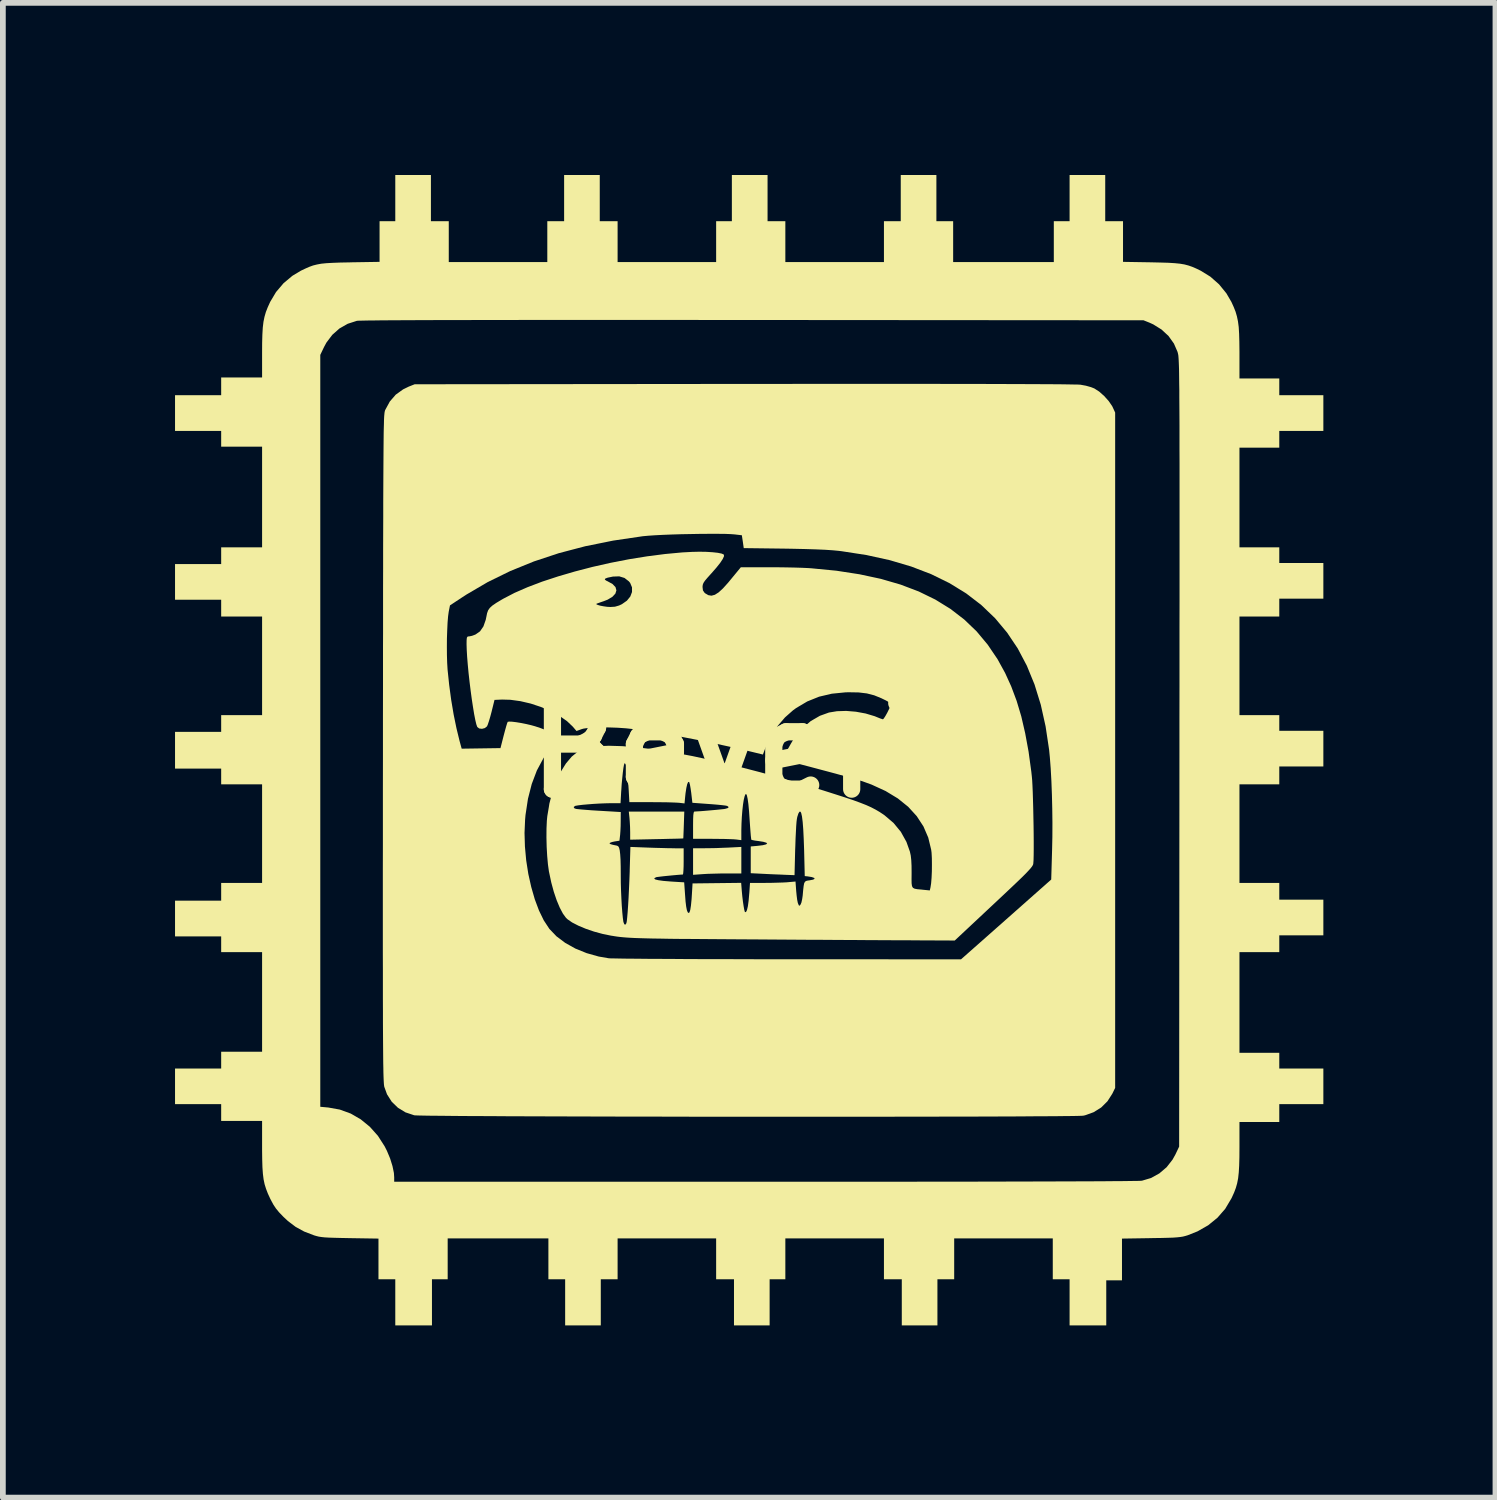
<source format=kicad_pcb>
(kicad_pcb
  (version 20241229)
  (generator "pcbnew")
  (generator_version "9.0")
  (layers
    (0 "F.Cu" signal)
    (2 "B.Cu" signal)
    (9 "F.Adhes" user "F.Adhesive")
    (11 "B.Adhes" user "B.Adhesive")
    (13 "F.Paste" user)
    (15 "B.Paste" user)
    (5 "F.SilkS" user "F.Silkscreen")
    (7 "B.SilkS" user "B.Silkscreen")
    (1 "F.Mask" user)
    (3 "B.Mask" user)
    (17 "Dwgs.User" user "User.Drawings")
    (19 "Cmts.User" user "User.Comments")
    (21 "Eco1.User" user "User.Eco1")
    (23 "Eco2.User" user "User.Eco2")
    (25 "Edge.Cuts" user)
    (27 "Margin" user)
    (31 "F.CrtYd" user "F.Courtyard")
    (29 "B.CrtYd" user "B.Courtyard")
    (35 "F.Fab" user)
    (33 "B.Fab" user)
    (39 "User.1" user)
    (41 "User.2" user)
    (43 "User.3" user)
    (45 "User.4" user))
  (footprint "Bever3"
    (layer "F.Cu")
    (at 10.005 10.023)
    (property "Reference" "Bever3" (at 0 0 0) (layer "F.SilkS") (effects (font (size 1.5 1.5) (thickness 0.3))))
    (attr board_only exclude_from_pos_files exclude_from_bom)
    (fp_poly (pts (xy -0.137 1.916) (xy -0.137 2.147) (xy -0.39 2.147) (xy -0.502 2.148) (xy -0.618 2.151) (xy -0.726 2.154) (xy -0.81 2.159) (xy -0.978 2.171) (xy -0.978 1.94) (xy -0.978 1.709) (xy -0.79 1.708) (xy -0.693 1.707) (xy -0.575 1.705) (xy -0.454 1.7) (xy -0.37 1.697) (xy -0.137 1.685)) (stroke (width 0) (type solid)) (fill yes) (layer "F.SilkS"))
    (fp_poly (pts (xy -1.139 1.302) (xy -1.142 1.39) (xy -1.145 1.463) (xy -1.147 1.514) (xy -1.149 1.537) (xy -1.149 1.537) (xy -1.167 1.538) (xy -1.217 1.54) (xy -1.293 1.542) (xy -1.392 1.544) (xy -1.507 1.547) (xy -1.613 1.549) (xy -2.074 1.559) (xy -2.074 1.426) (xy -2.076 1.338) (xy -2.081 1.245) (xy -2.086 1.181) (xy -2.098 1.069) (xy -1.614 1.069) (xy -1.131 1.069)) (stroke (width 0) (type solid)) (fill yes) (layer "F.SilkS"))
    (fp_poly (pts (xy 2.644 -6.384) (xy 3.086 -6.384) (xy 3.494 -6.383) (xy 3.867 -6.383) (xy 4.206 -6.382) (xy 4.511 -6.381) (xy 4.782 -6.38) (xy 5.02 -6.379) (xy 5.225 -6.378) (xy 5.398 -6.377) (xy 5.538 -6.375) (xy 5.645 -6.373) (xy 5.721 -6.372) (xy 5.765 -6.37) (xy 5.774 -6.369) (xy 5.867 -6.352) (xy 5.956 -6.327) (xy 6.014 -6.304) (xy 6.098 -6.25) (xy 6.185 -6.173) (xy 6.264 -6.085) (xy 6.325 -5.996) (xy 6.337 -5.971) (xy 6.377 -5.884) (xy 6.377 -0.000001) (xy 6.377 5.884) (xy 6.327 5.986) (xy 6.243 6.117) (xy 6.133 6.226) (xy 6.001 6.308) (xy 5.854 6.361) (xy 5.822 6.368) (xy 5.793 6.37) (xy 5.73 6.372) (xy 5.633 6.374) (xy 5.505 6.375) (xy 5.348 6.377) (xy 5.162 6.378) (xy 4.95 6.379) (xy 4.714 6.381) (xy 4.455 6.382) (xy 4.174 6.383) (xy 3.874 6.384) (xy 3.556 6.384) (xy 3.223 6.385) (xy 2.874 6.385) (xy 2.514 6.386) (xy 2.142 6.386) (xy 1.761 6.387) (xy 1.372 6.387) (xy 0.977 6.387) (xy 0.578 6.387) (xy 0.177 6.387) (xy -0.225 6.386) (xy -0.626 6.386) (xy -1.025 6.386) (xy -1.419 6.385) (xy -1.807 6.384) (xy -2.187 6.384) (xy -2.558 6.383) (xy -2.918 6.382) (xy -3.265 6.381) (xy -3.598 6.38) (xy -3.914 6.379) (xy -4.213 6.378) (xy -4.492 6.376) (xy -4.749 6.375) (xy -4.984 6.374) (xy -5.194 6.372) (xy -5.377 6.37) (xy -5.532 6.369) (xy -5.658 6.367) (xy -5.752 6.365) (xy -5.813 6.363) (xy -5.838 6.361) (xy -5.99 6.31) (xy -6.121 6.23) (xy -6.229 6.125) (xy -6.311 5.996) (xy -6.359 5.864) (xy -6.361 5.851) (xy -6.364 5.832) (xy -6.366 5.807) (xy -6.368 5.774) (xy -6.37 5.732) (xy -6.372 5.679) (xy -6.374 5.615) (xy -6.375 5.539) (xy -6.377 5.449) (xy -6.378 5.344) (xy -6.379 5.223) (xy -6.38 5.084) (xy -6.381 4.927) (xy -6.382 4.75) (xy -6.382 4.553) (xy -6.383 4.333) (xy -6.383 4.091) (xy -6.383 3.824) (xy -6.384 3.531) (xy -6.384 3.211) (xy -6.384 2.864) (xy -6.384 2.488) (xy -6.384 2.081) (xy -6.383 1.643) (xy -6.383 1.172) (xy -6.383 0.667) (xy -6.382 0.128) (xy -6.382 -0.047) (xy -6.382 -0.593) (xy -6.381 -1.103) (xy -6.381 -1.58) (xy -6.381 -1.803) (xy -5.268 -1.803) (xy -5.267 -1.657) (xy -5.263 -1.523) (xy -5.256 -1.406) (xy -5.255 -1.397) (xy -5.228 -1.139) (xy -5.193 -0.878) (xy -5.15 -0.622) (xy -5.101 -0.383) (xy -5.049 -0.17) (xy -5.049 -0.169) (xy -5.01 -0.027) (xy -4.672 -0.032) (xy -4.334 -0.037) (xy -4.277 -0.26) (xy -4.254 -0.346) (xy -4.234 -0.418) (xy -4.218 -0.47) (xy -4.208 -0.494) (xy -4.208 -0.495) (xy -4.182 -0.499) (xy -4.13 -0.497) (xy -4.057 -0.488) (xy -3.972 -0.474) (xy -3.883 -0.456) (xy -3.798 -0.436) (xy -3.73 -0.417) (xy -3.631 -0.384) (xy -3.558 -0.356) (xy -3.5 -0.326) (xy -3.45 -0.29) (xy -3.408 -0.253) (xy -3.337 -0.189) (xy -3.444 -0.058) (xy -3.585 0.138) (xy -3.7 0.353) (xy -3.789 0.588) (xy -3.855 0.846) (xy -3.898 1.13) (xy -3.905 1.211) (xy -3.915 1.441) (xy -3.908 1.678) (xy -3.886 1.918) (xy -3.849 2.155) (xy -3.798 2.383) (xy -3.736 2.598) (xy -3.663 2.793) (xy -3.58 2.964) (xy -3.488 3.104) (xy -3.482 3.113) (xy -3.359 3.242) (xy -3.206 3.357) (xy -3.029 3.456) (xy -2.832 3.536) (xy -2.622 3.595) (xy -2.449 3.625) (xy -2.416 3.627) (xy -2.35 3.628) (xy -2.251 3.63) (xy -2.121 3.632) (xy -1.963 3.633) (xy -1.778 3.635) (xy -1.569 3.636) (xy -1.337 3.637) (xy -1.086 3.639) (xy -0.815 3.64) (xy -0.528 3.64) (xy -0.227 3.641) (xy 0.086 3.642) (xy 0.41 3.642) (xy 0.685 3.642) (xy 3.691 3.644) (xy 4.477 2.949) (xy 5.263 2.253) (xy 5.278 1.739) (xy 5.283 1.509) (xy 5.284 1.267) (xy 5.281 1.02) (xy 5.275 0.775) (xy 5.266 0.538) (xy 5.254 0.319) (xy 5.239 0.123) (xy 5.226 -0.009) (xy 5.165 -0.415) (xy 5.081 -0.793) (xy 4.972 -1.146) (xy 4.838 -1.473) (xy 4.679 -1.774) (xy 4.494 -2.05) (xy 4.284 -2.301) (xy 4.046 -2.529) (xy 3.782 -2.732) (xy 3.491 -2.911) (xy 3.171 -3.068) (xy 2.824 -3.201) (xy 2.449 -3.312) (xy 2.044 -3.401) (xy 1.61 -3.468) (xy 1.562 -3.474) (xy 1.457 -3.484) (xy 1.323 -3.493) (xy 1.16 -3.5) (xy 0.965 -3.506) (xy 0.736 -3.511) (xy 0.611 -3.513) (xy -0.095 -3.522) (xy -0.111 -3.634) (xy -0.128 -3.746) (xy -0.256 -3.761) (xy -0.325 -3.766) (xy -0.425 -3.77) (xy -0.551 -3.771) (xy -0.695 -3.771) (xy -0.853 -3.77) (xy -1.018 -3.767) (xy -1.185 -3.764) (xy -1.348 -3.759) (xy -1.501 -3.753) (xy -1.639 -3.746) (xy -1.756 -3.738) (xy -1.845 -3.73) (xy -1.855 -3.729) (xy -2.369 -3.653) (xy -2.855 -3.555) (xy -3.316 -3.434) (xy -3.751 -3.29) (xy -4.164 -3.122) (xy -4.556 -2.93) (xy -4.928 -2.712) (xy -5.019 -2.653) (xy -5.214 -2.524) (xy -5.236 -2.413) (xy -5.247 -2.333) (xy -5.256 -2.224) (xy -5.262 -2.094) (xy -5.267 -1.951) (xy -5.268 -1.803) (xy -6.381 -1.803) (xy -6.38 -2.024) (xy -6.38 -2.436) (xy -6.38 -2.817) (xy -6.379 -3.169) (xy -6.379 -3.493) (xy -6.378 -3.79) (xy -6.377 -4.061) (xy -6.377 -4.308) (xy -6.376 -4.531) (xy -6.375 -4.732) (xy -6.374 -4.912) (xy -6.373 -5.073) (xy -6.372 -5.215) (xy -6.371 -5.339) (xy -6.37 -5.448) (xy -6.369 -5.541) (xy -6.367 -5.621) (xy -6.365 -5.688) (xy -6.364 -5.744) (xy -6.362 -5.79) (xy -6.36 -5.827) (xy -6.357 -5.856) (xy -6.355 -5.879) (xy -6.352 -5.896) (xy -6.349 -5.909) (xy -6.346 -5.92) (xy -6.343 -5.928) (xy -6.342 -5.93) (xy -6.262 -6.077) (xy -6.159 -6.196) (xy -6.031 -6.288) (xy -5.933 -6.336) (xy -5.829 -6.377) (xy -0.101 -6.383) (xy 0.52 -6.383) (xy 1.105 -6.384) (xy 1.653 -6.384) (xy 2.166 -6.384)) (stroke (width 0) (type solid)) (fill yes) (layer "F.SilkS"))
    (fp_poly (pts (xy -5.546 -9.621) (xy -5.546 -9.219) (xy -5.391 -9.219) (xy -5.235 -9.219) (xy -5.235 -8.863) (xy -5.235 -8.506) (xy -4.376 -8.506) (xy -3.518 -8.506) (xy -3.518 -8.863) (xy -3.518 -9.219) (xy -3.371 -9.219) (xy -3.225 -9.219) (xy -3.225 -9.621) (xy -3.225 -10.023) (xy -2.915 -10.023) (xy -2.604 -10.023) (xy -2.604 -9.621) (xy -2.604 -9.219) (xy -2.449 -9.219) (xy -2.293 -9.219) (xy -2.293 -8.863) (xy -2.293 -8.506) (xy -1.434 -8.506) (xy -0.576 -8.506) (xy -0.576 -8.863) (xy -0.576 -9.219) (xy -0.439 -9.219) (xy -0.302 -9.219) (xy -0.302 -9.621) (xy -0.302 -10.023) (xy 0.009 -10.023) (xy 0.32 -10.023) (xy 0.32 -9.621) (xy 0.32 -9.219) (xy 0.475 -9.219) (xy 0.63 -9.219) (xy 0.63 -8.863) (xy 0.63 -8.506) (xy 1.489 -8.506) (xy 2.348 -8.506) (xy 2.348 -8.863) (xy 2.348 -9.219) (xy 2.494 -9.219) (xy 2.641 -9.219) (xy 2.641 -9.621) (xy 2.641 -10.023) (xy 2.951 -10.023) (xy 3.262 -10.023) (xy 3.262 -9.621) (xy 3.262 -9.219) (xy 3.408 -9.219) (xy 3.554 -9.219) (xy 3.554 -8.863) (xy 3.554 -8.506) (xy 4.431 -8.506) (xy 5.308 -8.506) (xy 5.308 -8.863) (xy 5.308 -9.219) (xy 5.445 -9.219) (xy 5.583 -9.219) (xy 5.583 -9.621) (xy 5.583 -10.023) (xy 5.893 -10.023) (xy 6.204 -10.023) (xy 6.204 -9.621) (xy 6.204 -9.219) (xy 6.359 -9.219) (xy 6.514 -9.219) (xy 6.514 -8.865) (xy 6.514 -8.51) (xy 7.003 -8.502) (xy 7.17 -8.498) (xy 7.306 -8.494) (xy 7.416 -8.487) (xy 7.507 -8.478) (xy 7.584 -8.465) (xy 7.653 -8.447) (xy 7.719 -8.424) (xy 7.789 -8.394) (xy 7.867 -8.356) (xy 8.036 -8.252) (xy 8.187 -8.119) (xy 8.315 -7.962) (xy 8.403 -7.811) (xy 8.443 -7.723) (xy 8.475 -7.642) (xy 8.499 -7.56) (xy 8.517 -7.473) (xy 8.53 -7.375) (xy 8.537 -7.258) (xy 8.541 -7.118) (xy 8.543 -6.949) (xy 8.543 -6.917) (xy 8.543 -6.478) (xy 8.89 -6.478) (xy 9.237 -6.478) (xy 9.237 -6.332) (xy 9.237 -6.186) (xy 9.621 -6.186) (xy 10.005 -6.186) (xy 10.005 -5.875) (xy 10.005 -5.564) (xy 9.621 -5.564) (xy 9.237 -5.564) (xy 9.237 -5.418) (xy 9.237 -5.272) (xy 8.89 -5.272) (xy 8.543 -5.272) (xy 8.543 -4.404) (xy 8.543 -3.536) (xy 8.89 -3.536) (xy 9.237 -3.536) (xy 9.237 -3.399) (xy 9.237 -3.262) (xy 9.621 -3.262) (xy 10.005 -3.262) (xy 10.005 -2.951) (xy 10.005 -2.641) (xy 9.621 -2.641) (xy 9.237 -2.641) (xy 9.237 -2.485) (xy 9.237 -2.33) (xy 8.89 -2.33) (xy 8.543 -2.33) (xy 8.543 -1.471) (xy 8.543 -0.612) (xy 8.89 -0.612) (xy 9.237 -0.612) (xy 9.237 -0.475) (xy 9.237 -0.338) (xy 9.621 -0.338) (xy 10.005 -0.338) (xy 10.005 -0.027) (xy 10.005 0.283) (xy 9.621 0.283) (xy 9.237 0.283) (xy 9.237 0.439) (xy 9.237 0.594) (xy 8.89 0.594) (xy 8.543 0.594) (xy 8.543 1.453) (xy 8.543 2.312) (xy 8.89 2.312) (xy 9.237 2.312) (xy 9.237 2.458) (xy 9.237 2.604) (xy 9.621 2.604) (xy 10.005 2.604) (xy 10.005 2.915) (xy 10.005 3.225) (xy 9.621 3.225) (xy 9.237 3.225) (xy 9.237 3.371) (xy 9.237 3.518) (xy 8.89 3.518) (xy 8.543 3.518) (xy 8.543 4.395) (xy 8.543 5.272) (xy 8.89 5.272) (xy 9.237 5.272) (xy 9.237 5.409) (xy 9.237 5.546) (xy 9.621 5.546) (xy 10.005 5.546) (xy 10.005 5.857) (xy 10.005 6.167) (xy 9.621 6.167) (xy 9.237 6.167) (xy 9.237 6.323) (xy 9.237 6.478) (xy 8.89 6.478) (xy 8.543 6.478) (xy 8.543 6.917) (xy 8.542 7.092) (xy 8.538 7.237) (xy 8.531 7.357) (xy 8.52 7.458) (xy 8.503 7.546) (xy 8.48 7.627) (xy 8.45 7.707) (xy 8.412 7.791) (xy 8.402 7.811) (xy 8.295 7.991) (xy 8.16 8.146) (xy 7.998 8.278) (xy 7.812 8.384) (xy 7.638 8.453) (xy 7.597 8.465) (xy 7.557 8.475) (xy 7.512 8.482) (xy 7.457 8.488) (xy 7.387 8.493) (xy 7.297 8.496) (xy 7.182 8.499) (xy 7.036 8.501) (xy 7.003 8.502) (xy 6.496 8.51) (xy 6.496 8.874) (xy 6.496 9.237) (xy 6.359 9.237) (xy 6.222 9.237) (xy 6.222 9.63) (xy 6.222 10.023) (xy 5.902 10.023) (xy 5.583 10.023) (xy 5.583 9.621) (xy 5.583 9.219) (xy 5.436 9.219) (xy 5.29 9.219) (xy 5.29 8.863) (xy 5.29 8.506) (xy 4.431 8.506) (xy 3.572 8.506) (xy 3.572 8.863) (xy 3.572 9.219) (xy 3.426 9.219) (xy 3.28 9.219) (xy 3.28 9.621) (xy 3.28 10.023) (xy 2.969 10.023) (xy 2.659 10.023) (xy 2.659 9.621) (xy 2.659 9.219) (xy 2.503 9.219) (xy 2.348 9.219) (xy 2.348 8.863) (xy 2.348 8.506) (xy 1.489 8.506) (xy 0.63 8.506) (xy 0.63 8.863) (xy 0.63 9.219) (xy 0.493 9.219) (xy 0.356 9.219) (xy 0.356 9.621) (xy 0.356 10.023) (xy 0.046 10.023) (xy -0.265 10.023) (xy -0.265 9.621) (xy -0.265 9.219) (xy -0.42 9.219) (xy -0.576 9.219) (xy -0.576 8.863) (xy -0.576 8.506) (xy -1.434 8.506) (xy -2.293 8.506) (xy -2.293 8.863) (xy -2.293 9.219) (xy -2.439 9.219) (xy -2.586 9.219) (xy -2.586 9.621) (xy -2.586 10.023) (xy -2.896 10.023) (xy -3.207 10.023) (xy -3.207 9.621) (xy -3.207 9.219) (xy -3.353 9.219) (xy -3.499 9.219) (xy -3.499 8.863) (xy -3.499 8.506) (xy -4.376 8.506) (xy -5.254 8.506) (xy -5.254 8.863) (xy -5.254 9.219) (xy -5.391 9.219) (xy -5.528 9.219) (xy -5.528 9.621) (xy -5.528 10.023) (xy -5.847 10.023) (xy -6.167 10.023) (xy -6.167 9.621) (xy -6.167 9.219) (xy -6.313 9.219) (xy -6.46 9.219) (xy -6.46 8.865) (xy -6.46 8.51) (xy -6.958 8.502) (xy -7.109 8.499) (xy -7.228 8.496) (xy -7.322 8.493) (xy -7.394 8.489) (xy -7.451 8.483) (xy -7.498 8.476) (xy -7.539 8.466) (xy -7.58 8.454) (xy -7.583 8.453) (xy -7.755 8.387) (xy -7.903 8.306) (xy -8.039 8.203) (xy -8.116 8.131) (xy -8.191 8.053) (xy -8.247 7.985) (xy -8.293 7.915) (xy -8.338 7.831) (xy -8.348 7.811) (xy -8.388 7.724) (xy -8.419 7.643) (xy -8.444 7.563) (xy -8.462 7.477) (xy -8.474 7.38) (xy -8.482 7.266) (xy -8.486 7.128) (xy -8.488 6.961) (xy -8.488 6.908) (xy -8.488 6.46) (xy -8.844 6.46) (xy -9.201 6.46) (xy -9.201 6.313) (xy -9.201 6.167) (xy -9.603 6.167) (xy -10.005 6.167) (xy -10.005 5.857) (xy -10.005 5.546) (xy -9.603 5.546) (xy -9.201 5.546) (xy -9.201 5.4) (xy -9.201 5.254) (xy -8.844 5.254) (xy -8.488 5.254) (xy -8.488 4.386) (xy -8.488 3.518) (xy -8.844 3.518) (xy -9.201 3.518) (xy -9.201 3.381) (xy -9.201 3.244) (xy -9.603 3.244) (xy -10.005 3.244) (xy -10.005 2.933) (xy -10.005 2.622) (xy -9.603 2.622) (xy -9.201 2.622) (xy -9.201 2.467) (xy -9.201 2.312) (xy -8.844 2.312) (xy -8.488 2.312) (xy -8.488 1.453) (xy -8.488 0.594) (xy -8.844 0.594) (xy -9.201 0.594) (xy -9.201 0.457) (xy -9.201 0.32) (xy -9.603 0.32) (xy -10.005 0.32) (xy -10.005 -0.000001) (xy -10.005 -0.32) (xy -9.603 -0.32) (xy -9.201 -0.32) (xy -9.201 -0.466) (xy -9.201 -0.612) (xy -8.844 -0.612) (xy -8.488 -0.612) (xy -8.488 -1.471) (xy -8.488 -2.33) (xy -8.844 -2.33) (xy -9.201 -2.33) (xy -9.201 -2.476) (xy -9.201 -2.622) (xy -9.603 -2.622) (xy -10.005 -2.622) (xy -10.005 -2.933) (xy -10.005 -3.244) (xy -9.603 -3.244) (xy -9.201 -3.244) (xy -9.201 -3.39) (xy -9.201 -3.536) (xy -8.844 -3.536) (xy -8.488 -3.536) (xy -8.488 -4.413) (xy -8.488 -5.29) (xy -8.844 -5.29) (xy -9.201 -5.29) (xy -9.201 -5.427) (xy -9.201 -5.564) (xy -9.603 -5.564) (xy -10.005 -5.564) (xy -10.005 -5.875) (xy -10.005 -6.186) (xy -9.603 -6.186) (xy -9.201 -6.186) (xy -9.201 -6.341) (xy -9.201 -6.496) (xy -8.844 -6.496) (xy -8.488 -6.496) (xy -8.488 -6.889) (xy -7.474 -6.889) (xy -7.474 -0.338) (xy -7.474 6.213) (xy -7.333 6.226) (xy -7.133 6.262) (xy -6.944 6.331) (xy -6.769 6.432) (xy -6.61 6.562) (xy -6.47 6.719) (xy -6.353 6.901) (xy -6.313 6.98) (xy -6.257 7.114) (xy -6.216 7.246) (xy -6.191 7.366) (xy -6.186 7.443) (xy -6.186 7.519) (xy 0.281 7.519) (xy 0.939 7.519) (xy 1.563 7.519) (xy 2.153 7.519) (xy 2.709 7.519) (xy 3.231 7.518) (xy 3.718 7.518) (xy 4.171 7.517) (xy 4.589 7.516) (xy 4.971 7.515) (xy 5.319 7.514) (xy 5.632 7.513) (xy 5.909 7.512) (xy 6.151 7.511) (xy 6.357 7.509) (xy 6.527 7.508) (xy 6.661 7.506) (xy 6.759 7.505) (xy 6.821 7.503) (xy 6.845 7.501) (xy 7.003 7.454) (xy 7.147 7.374) (xy 7.274 7.266) (xy 7.377 7.134) (xy 7.426 7.046) (xy 7.492 6.907) (xy 7.497 0.046) (xy 7.497 -0.55) (xy 7.498 -1.109) (xy 7.498 -1.635) (xy 7.498 -2.127) (xy 7.499 -2.587) (xy 7.499 -3.016) (xy 7.499 -3.416) (xy 7.499 -3.786) (xy 7.499 -4.129) (xy 7.499 -4.445) (xy 7.499 -4.736) (xy 7.499 -5.002) (xy 7.498 -5.245) (xy 7.498 -5.466) (xy 7.498 -5.666) (xy 7.497 -5.846) (xy 7.496 -6.007) (xy 7.495 -6.151) (xy 7.495 -6.278) (xy 7.493 -6.389) (xy 7.492 -6.486) (xy 7.491 -6.57) (xy 7.49 -6.642) (xy 7.488 -6.702) (xy 7.486 -6.753) (xy 7.484 -6.795) (xy 7.482 -6.829) (xy 7.48 -6.856) (xy 7.478 -6.878) (xy 7.475 -6.896) (xy 7.472 -6.91) (xy 7.469 -6.922) (xy 7.466 -6.933) (xy 7.465 -6.939) (xy 7.401 -7.086) (xy 7.307 -7.218) (xy 7.185 -7.331) (xy 7.04 -7.421) (xy 6.976 -7.45) (xy 6.871 -7.492) (xy 0.064 -7.497) (xy -0.593 -7.497) (xy -1.214 -7.498) (xy -1.799 -7.498) (xy -2.35 -7.498) (xy -2.865 -7.498) (xy -3.347 -7.498) (xy -3.795 -7.498) (xy -4.211 -7.497) (xy -4.593 -7.497) (xy -4.944 -7.496) (xy -5.263 -7.496) (xy -5.552 -7.495) (xy -5.809 -7.494) (xy -6.037 -7.493) (xy -6.235 -7.492) (xy -6.404 -7.491) (xy -6.545 -7.489) (xy -6.658 -7.488) (xy -6.743 -7.486) (xy -6.801 -7.485) (xy -6.833 -7.483) (xy -6.838 -7.482) (xy -6.996 -7.431) (xy -7.14 -7.349) (xy -7.265 -7.238) (xy -7.367 -7.103) (xy -7.408 -7.027) (xy -7.474 -6.889) (xy -8.488 -6.889) (xy -8.488 -6.926) (xy -8.487 -7.101) (xy -8.483 -7.244) (xy -8.476 -7.364) (xy -8.464 -7.465) (xy -8.446 -7.553) (xy -8.422 -7.636) (xy -8.39 -7.718) (xy -8.35 -7.806) (xy -8.348 -7.811) (xy -8.245 -7.984) (xy -8.114 -8.138) (xy -7.96 -8.267) (xy -7.812 -8.356) (xy -7.734 -8.393) (xy -7.666 -8.423) (xy -7.6 -8.447) (xy -7.532 -8.464) (xy -7.456 -8.478) (xy -7.366 -8.487) (xy -7.257 -8.493) (xy -7.123 -8.498) (xy -6.959 -8.501) (xy -6.939 -8.502) (xy -6.441 -8.51) (xy -6.441 -8.865) (xy -6.441 -9.219) (xy -6.304 -9.219) (xy -6.167 -9.219) (xy -6.167 -9.621) (xy -6.167 -10.023) (xy -5.857 -10.023) (xy -5.546 -10.023)) (stroke (width 0) (type solid)) (fill yes) (layer "F.SilkS"))
    (fp_poly (pts (xy -0.746 -3.457) (xy -0.637 -3.45) (xy -0.546 -3.44) (xy -0.478 -3.426) (xy -0.442 -3.409) (xy -0.441 -3.408) (xy -0.439 -3.381) (xy -0.461 -3.332) (xy -0.506 -3.264) (xy -0.572 -3.181) (xy -0.656 -3.085) (xy -0.666 -3.074) (xy -0.729 -3.004) (xy -0.772 -2.953) (xy -0.797 -2.915) (xy -0.809 -2.883) (xy -0.813 -2.851) (xy -0.813 -2.843) (xy -0.806 -2.785) (xy -0.779 -2.745) (xy -0.765 -2.733) (xy -0.712 -2.702) (xy -0.657 -2.693) (xy -0.598 -2.709) (xy -0.532 -2.751) (xy -0.456 -2.821) (xy -0.366 -2.921) (xy -0.324 -2.972) (xy -0.146 -3.188) (xy 0.347 -3.188) (xy 0.495 -3.188) (xy 0.645 -3.186) (xy 0.79 -3.183) (xy 0.921 -3.179) (xy 1.029 -3.174) (xy 1.087 -3.17) (xy 1.52 -3.128) (xy 1.922 -3.066) (xy 2.295 -2.986) (xy 2.639 -2.886) (xy 2.955 -2.766) (xy 3.244 -2.625) (xy 3.508 -2.462) (xy 3.747 -2.278) (xy 3.963 -2.071) (xy 4.155 -1.841) (xy 4.327 -1.587) (xy 4.459 -1.347) (xy 4.566 -1.112) (xy 4.66 -0.861) (xy 4.741 -0.591) (xy 4.809 -0.297) (xy 4.868 0.023) (xy 4.916 0.374) (xy 4.925 0.457) (xy 4.931 0.523) (xy 4.936 0.615) (xy 4.941 0.73) (xy 4.945 0.861) (xy 4.949 1.005) (xy 4.952 1.154) (xy 4.955 1.306) (xy 4.957 1.454) (xy 4.958 1.594) (xy 4.958 1.72) (xy 4.957 1.828) (xy 4.955 1.912) (xy 4.951 1.968) (xy 4.949 1.985) (xy 4.942 2.003) (xy 4.928 2.026) (xy 4.905 2.056) (xy 4.87 2.095) (xy 4.822 2.146) (xy 4.758 2.21) (xy 4.676 2.289) (xy 4.574 2.386) (xy 4.45 2.503) (xy 4.302 2.642) (xy 4.258 2.683) (xy 3.582 3.316) (xy 2.915 3.313) (xy 2.805 3.312) (xy 2.662 3.312) (xy 2.49 3.311) (xy 2.291 3.31) (xy 2.069 3.309) (xy 1.827 3.307) (xy 1.569 3.306) (xy 1.298 3.304) (xy 1.017 3.303) (xy 0.73 3.301) (xy 0.44 3.299) (xy 0.158 3.297) (xy -0.177 3.295) (xy -0.477 3.293) (xy -0.746 3.291) (xy -0.984 3.289) (xy -1.194 3.288) (xy -1.379 3.286) (xy -1.54 3.283) (xy -1.68 3.281) (xy -1.801 3.278) (xy -1.905 3.275) (xy -1.995 3.272) (xy -2.072 3.268) (xy -2.138 3.264) (xy -2.197 3.259) (xy -2.249 3.254) (xy -2.298 3.248) (xy -2.345 3.241) (xy -2.393 3.233) (xy -2.403 3.232) (xy -2.554 3.201) (xy -2.705 3.16) (xy -2.848 3.111) (xy -2.977 3.057) (xy -3.086 3.001) (xy -3.168 2.944) (xy -3.192 2.921) (xy -3.246 2.847) (xy -3.301 2.743) (xy -3.355 2.614) (xy -3.405 2.466) (xy -3.449 2.304) (xy -3.485 2.134) (xy -3.49 2.111) (xy -3.507 1.989) (xy -3.52 1.843) (xy -3.529 1.684) (xy -3.533 1.521) (xy -3.532 1.366) (xy -3.526 1.229) (xy -3.518 1.148) (xy -3.491 0.989) (xy -3.058 0.989) (xy -3.05 1.009) (xy -3.02 1.022) (xy -2.989 1.026) (xy -2.929 1.032) (xy -2.844 1.039) (xy -2.742 1.047) (xy -2.628 1.054) (xy -2.609 1.055) (xy -2.238 1.077) (xy -2.239 1.233) (xy -2.24 1.319) (xy -2.244 1.406) (xy -2.249 1.475) (xy -2.25 1.483) (xy -2.261 1.577) (xy -2.341 1.589) (xy -2.392 1.6) (xy -2.425 1.613) (xy -2.431 1.618) (xy -2.431 1.628) (xy -2.415 1.637) (xy -2.376 1.648) (xy -2.308 1.662) (xy -2.301 1.664) (xy -2.282 1.674) (xy -2.267 1.7) (xy -2.256 1.745) (xy -2.248 1.812) (xy -2.242 1.905) (xy -2.239 2.027) (xy -2.238 2.182) (xy -2.238 2.191) (xy -2.237 2.317) (xy -2.233 2.451) (xy -2.227 2.586) (xy -2.22 2.713) (xy -2.211 2.828) (xy -2.202 2.921) (xy -2.193 2.985) (xy -2.192 2.992) (xy -2.176 3.033) (xy -2.158 3.04) (xy -2.14 3.014) (xy -2.133 2.98) (xy -2.126 2.914) (xy -2.118 2.821) (xy -2.11 2.705) (xy -2.102 2.571) (xy -2.095 2.424) (xy -2.088 2.268) (xy -2.082 2.108) (xy -2.082 2.085) (xy -2.07 1.685) (xy -1.757 1.697) (xy -1.64 1.701) (xy -1.522 1.704) (xy -1.415 1.707) (xy -1.328 1.708) (xy -1.293 1.709) (xy -1.142 1.709) (xy -1.142 1.937) (xy -1.143 2.024) (xy -1.146 2.095) (xy -1.15 2.145) (xy -1.155 2.165) (xy -1.156 2.166) (xy -1.194 2.168) (xy -1.256 2.173) (xy -1.333 2.18) (xy -1.416 2.188) (xy -1.495 2.196) (xy -1.562 2.204) (xy -1.608 2.21) (xy -1.622 2.213) (xy -1.649 2.228) (xy -1.654 2.238) (xy -1.636 2.252) (xy -1.582 2.265) (xy -1.495 2.277) (xy -1.375 2.287) (xy -1.316 2.291) (xy -1.133 2.302) (xy -1.118 2.513) (xy -1.109 2.635) (xy -1.098 2.725) (xy -1.086 2.786) (xy -1.072 2.822) (xy -1.056 2.837) (xy -1.041 2.826) (xy -1.027 2.783) (xy -1.015 2.707) (xy -1.004 2.596) (xy -0.998 2.503) (xy -0.987 2.321) (xy -0.563 2.316) (xy -0.14 2.311) (xy -0.129 2.453) (xy -0.12 2.547) (xy -0.109 2.638) (xy -0.097 2.718) (xy -0.086 2.78) (xy -0.076 2.815) (xy -0.074 2.82) (xy -0.056 2.82) (xy -0.039 2.786) (xy -0.023 2.719) (xy -0.01 2.622) (xy 0.001 2.496) (xy 0.002 2.49) (xy 0.014 2.312) (xy 0.274 2.312) (xy 0.382 2.311) (xy 0.491 2.308) (xy 0.589 2.305) (xy 0.664 2.301) (xy 0.67 2.3) (xy 0.807 2.288) (xy 0.819 2.453) (xy 0.827 2.534) (xy 0.836 2.606) (xy 0.847 2.659) (xy 0.851 2.67) (xy 0.866 2.705) (xy 0.879 2.709) (xy 0.895 2.689) (xy 0.91 2.654) (xy 0.923 2.595) (xy 0.932 2.534) (xy 0.941 2.433) (xy 0.949 2.364) (xy 0.958 2.318) (xy 0.972 2.292) (xy 0.992 2.278) (xy 1.021 2.271) (xy 1.052 2.267) (xy 1.114 2.255) (xy 1.14 2.24) (xy 1.132 2.225) (xy 1.091 2.21) (xy 1.016 2.198) (xy 1.014 2.198) (xy 0.968 2.193) (xy 0.957 1.736) (xy 0.95 1.542) (xy 0.942 1.38) (xy 0.932 1.251) (xy 0.92 1.155) (xy 0.906 1.094) (xy 0.895 1.072) (xy 0.876 1.071) (xy 0.857 1.103) (xy 0.838 1.162) (xy 0.831 1.198) (xy 0.825 1.245) (xy 0.819 1.322) (xy 0.814 1.421) (xy 0.808 1.538) (xy 0.804 1.665) (xy 0.801 1.737) (xy 0.79 2.177) (xy 0.632 2.171) (xy 0.547 2.167) (xy 0.441 2.163) (xy 0.329 2.158) (xy 0.251 2.154) (xy 0.027 2.143) (xy 0.027 1.91) (xy 0.027 1.677) (xy 0.147 1.666) (xy 0.238 1.655) (xy 0.293 1.641) (xy 0.313 1.626) (xy 0.298 1.611) (xy 0.246 1.596) (xy 0.165 1.583) (xy 0.103 1.575) (xy 0.057 1.566) (xy 0.037 1.56) (xy 0.034 1.54) (xy 0.028 1.489) (xy 0.022 1.414) (xy 0.015 1.321) (xy 0.009 1.233) (xy -0.002 1.069) (xy -0.014 0.94) (xy -0.027 0.847) (xy -0.04 0.788) (xy -0.052 0.764) (xy -0.066 0.768) (xy -0.08 0.803) (xy -0.095 0.865) (xy -0.108 0.948) (xy -0.119 1.048) (xy -0.128 1.159) (xy -0.134 1.276) (xy -0.137 1.395) (xy -0.137 1.405) (xy -0.137 1.567) (xy -0.222 1.556) (xy -0.268 1.552) (xy -0.342 1.549) (xy -0.438 1.546) (xy -0.547 1.545) (xy -0.642 1.544) (xy -0.978 1.544) (xy -0.978 1.307) (xy -0.977 1.203) (xy -0.974 1.132) (xy -0.968 1.089) (xy -0.959 1.07) (xy -0.955 1.069) (xy -0.911 1.066) (xy -0.842 1.062) (xy -0.757 1.055) (xy -0.665 1.047) (xy -0.576 1.039) (xy -0.498 1.031) (xy -0.44 1.025) (xy -0.417 1.021) (xy -0.37 1.007) (xy -0.358 0.99) (xy -0.381 0.972) (xy -0.387 0.97) (xy -0.415 0.964) (xy -0.473 0.957) (xy -0.553 0.949) (xy -0.648 0.941) (xy -0.704 0.937) (xy -0.99 0.916) (xy -1.01 0.743) (xy -1.021 0.666) (xy -1.032 0.603) (xy -1.043 0.562) (xy -1.048 0.552) (xy -1.064 0.555) (xy -1.08 0.591) (xy -1.095 0.656) (xy -1.109 0.747) (xy -1.115 0.802) (xy -1.127 0.927) (xy -1.221 0.916) (xy -1.268 0.913) (xy -1.345 0.91) (xy -1.443 0.907) (xy -1.557 0.906) (xy -1.678 0.905) (xy -1.702 0.905) (xy -2.088 0.905) (xy -2.101 0.672) (xy -2.112 0.515) (xy -2.124 0.391) (xy -2.137 0.301) (xy -2.151 0.247) (xy -2.166 0.227) (xy -2.174 0.231) (xy -2.182 0.256) (xy -2.192 0.31) (xy -2.202 0.389) (xy -2.212 0.485) (xy -2.222 0.592) (xy -2.229 0.703) (xy -2.23 0.708) (xy -2.242 0.923) (xy -2.418 0.923) (xy -2.505 0.925) (xy -2.605 0.929) (xy -2.709 0.935) (xy -2.811 0.943) (xy -2.903 0.951) (xy -2.976 0.96) (xy -3.023 0.968) (xy -3.032 0.97) (xy -3.058 0.989) (xy -3.491 0.989) (xy -3.482 0.93) (xy -3.429 0.726) (xy -3.362 0.539) (xy -3.282 0.373) (xy -3.192 0.229) (xy -3.093 0.112) (xy -2.986 0.024) (xy -2.874 -0.031) (xy -2.826 -0.044) (xy -2.653 -0.069) (xy -2.447 -0.078) (xy -2.212 -0.071) (xy -1.947 -0.05) (xy -1.653 -0.014) (xy -1.333 0.037) (xy -0.988 0.102) (xy -0.618 0.182) (xy -0.225 0.275) (xy 0.19 0.383) (xy 0.626 0.503) (xy 1.081 0.637) (xy 1.3 0.704) (xy 1.501 0.768) (xy 1.672 0.823) (xy 1.815 0.871) (xy 1.935 0.915) (xy 2.037 0.955) (xy 2.124 0.994) (xy 2.201 1.034) (xy 2.271 1.075) (xy 2.339 1.12) (xy 2.36 1.135) (xy 2.515 1.267) (xy 2.642 1.421) (xy 2.74 1.597) (xy 2.8 1.766) (xy 2.815 1.834) (xy 2.824 1.914) (xy 2.829 2.014) (xy 2.83 2.141) (xy 2.829 2.246) (xy 2.83 2.319) (xy 2.837 2.368) (xy 2.853 2.397) (xy 2.883 2.413) (xy 2.931 2.422) (xy 3 2.428) (xy 3.026 2.431) (xy 3.147 2.443) (xy 3.159 2.391) (xy 3.17 2.32) (xy 3.178 2.223) (xy 3.183 2.111) (xy 3.184 1.994) (xy 3.183 1.882) (xy 3.178 1.786) (xy 3.171 1.733) (xy 3.12 1.522) (xy 3.036 1.327) (xy 2.919 1.148) (xy 2.771 0.986) (xy 2.59 0.84) (xy 2.377 0.711) (xy 2.133 0.599) (xy 1.973 0.541) (xy 1.915 0.523) (xy 1.827 0.498) (xy 1.716 0.466) (xy 1.586 0.43) (xy 1.443 0.391) (xy 1.293 0.351) (xy 1.206 0.328) (xy 1.064 0.29) (xy 0.933 0.256) (xy 0.817 0.225) (xy 0.722 0.199) (xy 0.65 0.179) (xy 0.607 0.166) (xy 0.595 0.162) (xy 0.597 0.142) (xy 0.615 0.097) (xy 0.645 0.036) (xy 0.682 -0.035) (xy 0.724 -0.11) (xy 0.765 -0.179) (xy 0.804 -0.238) (xy 0.806 -0.241) (xy 0.929 -0.387) (xy 1.073 -0.508) (xy 1.232 -0.6) (xy 1.39 -0.657) (xy 1.53 -0.68) (xy 1.691 -0.685) (xy 1.86 -0.671) (xy 2.029 -0.64) (xy 2.186 -0.593) (xy 2.235 -0.573) (xy 2.285 -0.553) (xy 2.322 -0.541) (xy 2.331 -0.539) (xy 2.346 -0.554) (xy 2.373 -0.595) (xy 2.405 -0.652) (xy 2.414 -0.67) (xy 2.445 -0.734) (xy 2.461 -0.779) (xy 2.459 -0.811) (xy 2.434 -0.838) (xy 2.383 -0.867) (xy 2.303 -0.906) (xy 2.301 -0.907) (xy 2.178 -0.957) (xy 2.05 -0.99) (xy 1.907 -1.007) (xy 1.741 -1.01) (xy 1.681 -1.009) (xy 1.44 -0.985) (xy 1.218 -0.933) (xy 1.012 -0.85) (xy 0.818 -0.735) (xy 0.763 -0.695) (xy 0.624 -0.572) (xy 0.495 -0.422) (xy 0.384 -0.255) (xy 0.299 -0.081) (xy 0.288 -0.056) (xy 0.239 0.075) (xy -0.008 0.015) (xy -0.284 -0.049) (xy -0.572 -0.112) (xy -0.865 -0.173) (xy -1.156 -0.229) (xy -1.438 -0.28) (xy -1.702 -0.323) (xy -1.941 -0.358) (xy -2.01 -0.367) (xy -2.147 -0.382) (xy -2.292 -0.392) (xy -2.437 -0.397) (xy -2.576 -0.399) (xy -2.702 -0.396) (xy -2.809 -0.388) (xy -2.89 -0.376) (xy -2.921 -0.367) (xy -3.009 -0.335) (xy -3.074 -0.411) (xy -3.175 -0.507) (xy -3.306 -0.599) (xy -3.46 -0.682) (xy -3.629 -0.754) (xy -3.807 -0.813) (xy -3.987 -0.855) (xy -4.162 -0.879) (xy -4.306 -0.883) (xy -4.438 -0.877) (xy -4.49 -0.667) (xy -4.513 -0.581) (xy -4.536 -0.504) (xy -4.556 -0.445) (xy -4.569 -0.416) (xy -4.606 -0.386) (xy -4.656 -0.373) (xy -4.705 -0.379) (xy -4.738 -0.405) (xy -4.739 -0.407) (xy -4.755 -0.452) (xy -4.773 -0.528) (xy -4.793 -0.63) (xy -4.813 -0.753) (xy -4.834 -0.891) (xy -4.854 -1.039) (xy -4.873 -1.193) (xy -4.89 -1.345) (xy -4.904 -1.493) (xy -4.915 -1.629) (xy -4.922 -1.749) (xy -4.925 -1.848) (xy -4.925 -1.849) (xy -4.924 -1.917) (xy -4.92 -1.958) (xy -4.911 -1.977) (xy -4.894 -1.983) (xy -4.884 -1.983) (xy -4.842 -1.991) (xy -4.786 -2.01) (xy -4.767 -2.018) (xy -4.69 -2.072) (xy -4.631 -2.158) (xy -4.591 -2.272) (xy -4.579 -2.33) (xy -4.567 -2.389) (xy -4.549 -2.438) (xy -4.52 -2.48) (xy -4.475 -2.521) (xy -4.441 -2.544) (xy -2.664 -2.544) (xy -2.64 -2.532) (xy -2.596 -2.519) (xy -2.538 -2.508) (xy -2.474 -2.499) (xy -2.419 -2.496) (xy -2.339 -2.501) (xy -2.267 -2.522) (xy -2.218 -2.545) (xy -2.131 -2.606) (xy -2.072 -2.678) (xy -2.042 -2.757) (xy -2.042 -2.838) (xy -2.074 -2.915) (xy -2.097 -2.943) (xy -2.173 -3.002) (xy -2.265 -3.03) (xy -2.375 -3.026) (xy -2.389 -3.023) (xy -2.466 -3.007) (xy -2.508 -2.991) (xy -2.516 -2.974) (xy -2.493 -2.956) (xy -2.466 -2.943) (xy -2.381 -2.896) (xy -2.33 -2.843) (xy -2.314 -2.786) (xy -2.332 -2.729) (xy -2.383 -2.674) (xy -2.466 -2.624) (xy -2.535 -2.597) (xy -2.594 -2.577) (xy -2.641 -2.56) (xy -2.659 -2.554) (xy -2.664 -2.544) (xy -4.441 -2.544) (xy -4.408 -2.567) (xy -4.316 -2.622) (xy -4.285 -2.64) (xy -4.089 -2.742) (xy -3.862 -2.841) (xy -3.607 -2.938) (xy -3.33 -3.029) (xy -3.036 -3.115) (xy -2.728 -3.195) (xy -2.413 -3.266) (xy -2.094 -3.328) (xy -1.777 -3.379) (xy -1.466 -3.419) (xy -1.166 -3.447) (xy -0.996 -3.456) (xy -0.868 -3.459)) (stroke (width 0) (type solid)) (fill yes) (layer "F.SilkS")))
  (gr_rect
    (start -3 -3)
    (end 23.009 23.046)
    (stroke (width 0.1) (type default))
    (fill no)
    (layer "Edge.Cuts")))
</source>
